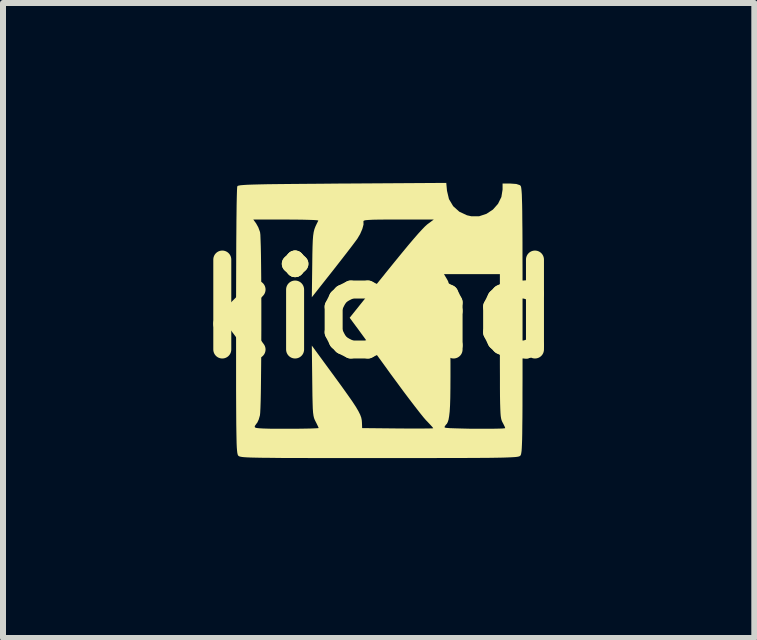
<source format=kicad_pcb>
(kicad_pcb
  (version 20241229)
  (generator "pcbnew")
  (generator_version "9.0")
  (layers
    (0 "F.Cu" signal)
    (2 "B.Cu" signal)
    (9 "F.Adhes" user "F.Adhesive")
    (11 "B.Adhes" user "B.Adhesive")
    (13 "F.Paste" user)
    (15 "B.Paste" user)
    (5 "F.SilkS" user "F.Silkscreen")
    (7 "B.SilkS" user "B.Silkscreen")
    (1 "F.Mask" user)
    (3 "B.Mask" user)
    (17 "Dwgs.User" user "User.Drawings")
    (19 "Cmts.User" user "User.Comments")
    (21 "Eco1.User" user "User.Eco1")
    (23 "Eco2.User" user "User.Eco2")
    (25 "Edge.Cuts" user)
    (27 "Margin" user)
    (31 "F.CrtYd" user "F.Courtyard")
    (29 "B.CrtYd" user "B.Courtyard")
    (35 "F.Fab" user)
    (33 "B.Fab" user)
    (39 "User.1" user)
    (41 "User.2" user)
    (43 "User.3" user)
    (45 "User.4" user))
  (footprint "kicad"
    (layer "F.Cu")
    (at 3.264 2.1)
    (property "Reference" "kicad" (at 0 0 0) (layer "F.SilkS") (effects (font (size 1.5 1.5) (thickness 0.3))))
    (attr board_only exclude_from_pos_files exclude_from_bom)
    (fp_poly (pts (xy 1.14 -1.969) (xy 1.173 -1.83) (xy 1.243 -1.712) (xy 1.345 -1.62) (xy 1.473 -1.56) (xy 1.548 -1.543) (xy 1.677 -1.544) (xy 1.798 -1.584) (xy 1.906 -1.655) (xy 1.991 -1.751) (xy 2.047 -1.865) (xy 2.067 -1.988) (xy 2.067 -2.089) (xy 2.198 -2.089) (xy 2.296 -2.082) (xy 2.354 -2.063) (xy 2.365 -2.054) (xy 2.371 -2.045) (xy 2.376 -2.028) (xy 2.38 -2.001) (xy 2.384 -1.961) (xy 2.388 -1.906) (xy 2.39 -1.832) (xy 2.393 -1.739) (xy 2.395 -1.622) (xy 2.396 -1.479) (xy 2.398 -1.309) (xy 2.399 -1.108) (xy 2.399 -0.873) (xy 2.4 -0.603) (xy 2.4 -0.294) (xy 2.4 0.056) (xy 2.4 0.198) (xy 2.4 0.561) (xy 2.4 0.883) (xy 2.4 1.165) (xy 2.399 1.41) (xy 2.399 1.622) (xy 2.398 1.802) (xy 2.396 1.953) (xy 2.395 2.078) (xy 2.393 2.18) (xy 2.39 2.26) (xy 2.387 2.323) (xy 2.384 2.369) (xy 2.379 2.402) (xy 2.375 2.425) (xy 2.369 2.439) (xy 2.363 2.449) (xy 2.359 2.452) (xy 2.35 2.458) (xy 2.335 2.463) (xy 2.311 2.468) (xy 2.275 2.472) (xy 2.226 2.475) (xy 2.161 2.478) (xy 2.077 2.481) (xy 1.971 2.483) (xy 1.842 2.485) (xy 1.686 2.486) (xy 1.501 2.487) (xy 1.285 2.488) (xy 1.034 2.488) (xy 0.747 2.489) (xy 0.421 2.489) (xy 0.054 2.489) (xy 0.007 2.489) (xy -0.364 2.489) (xy -0.693 2.489) (xy -0.984 2.489) (xy -1.237 2.488) (xy -1.456 2.488) (xy -1.643 2.487) (xy -1.801 2.485) (xy -1.933 2.484) (xy -2.041 2.482) (xy -2.127 2.48) (xy -2.194 2.477) (xy -2.245 2.474) (xy -2.281 2.47) (xy -2.307 2.465) (xy -2.324 2.46) (xy -2.335 2.454) (xy -2.341 2.448) (xy -2.347 2.439) (xy -2.352 2.423) (xy -2.357 2.399) (xy -2.361 2.363) (xy -2.365 2.313) (xy -2.368 2.247) (xy -2.37 2.161) (xy -2.372 2.054) (xy -2.374 1.922) (xy -2.375 1.763) (xy -2.376 1.575) (xy -2.377 1.355) (xy -2.377 1.1) (xy -2.377 0.807) (xy -2.377 0.475) (xy -2.377 0.198) (xy -2.377 -0.168) (xy -2.376 -0.507) (xy -2.375 -0.817) (xy -2.374 -1.097) (xy -2.372 -1.344) (xy -2.371 -1.489) (xy -2.09 -1.489) (xy -2.044 -1.426) (xy -2.007 -1.36) (xy -1.979 -1.284) (xy -1.977 -1.276) (xy -1.972 -1.234) (xy -1.969 -1.153) (xy -1.965 -1.037) (xy -1.962 -0.89) (xy -1.96 -0.718) (xy -1.958 -0.524) (xy -1.957 -0.314) (xy -1.956 -0.093) (xy -1.956 0.136) (xy -1.956 0.367) (xy -1.957 0.595) (xy -1.958 0.817) (xy -1.96 1.026) (xy -1.962 1.22) (xy -1.964 1.392) (xy -1.967 1.538) (xy -1.971 1.654) (xy -1.975 1.735) (xy -1.979 1.775) (xy -1.999 1.845) (xy -2.023 1.897) (xy -2.035 1.912) (xy -2.062 1.95) (xy -2.067 1.969) (xy -2.06 1.979) (xy -2.036 1.987) (xy -1.99 1.992) (xy -1.918 1.996) (xy -1.814 1.999) (xy -1.675 2) (xy -1.533 2) (xy -1.385 2) (xy -1.252 1.998) (xy -1.141 1.996) (xy -1.059 1.993) (xy -1.01 1.99) (xy -1 1.988) (xy -1.01 1.963) (xy -1.034 1.913) (xy -1.05 1.882) (xy -1.065 1.852) (xy -1.077 1.821) (xy -1.086 1.783) (xy -1.093 1.732) (xy -1.098 1.662) (xy -1.101 1.568) (xy -1.104 1.444) (xy -1.106 1.284) (xy -1.107 1.201) (xy -1.114 0.613) (xy -0.739 1.125) (xy -0.615 1.295) (xy -0.516 1.434) (xy -0.438 1.545) (xy -0.379 1.635) (xy -0.337 1.707) (xy -0.308 1.765) (xy -0.29 1.814) (xy -0.281 1.859) (xy -0.278 1.9) (xy -0.275 1.989) (xy 0.318 1.995) (xy 0.475 1.996) (xy 0.616 1.996) (xy 0.737 1.996) (xy 0.83 1.995) (xy 0.89 1.994) (xy 0.911 1.991) (xy 0.911 1.991) (xy 0.897 1.972) (xy 0.859 1.93) (xy 0.804 1.872) (xy 0.792 1.86) (xy 0.751 1.813) (xy 0.689 1.736) (xy 0.608 1.632) (xy 0.513 1.508) (xy 0.407 1.367) (xy 0.296 1.216) (xy 0.2 1.086) (xy 0.087 0.929) (xy -0.023 0.778) (xy -0.125 0.637) (xy -0.216 0.512) (xy -0.292 0.408) (xy -0.348 0.331) (xy -0.378 0.291) (xy -0.483 0.149) (xy -0.071 -0.365) (xy 0.101 -0.578) (xy 1.09 -0.578) (xy 1.14 -0.494) (xy 1.151 -0.474) (xy 1.161 -0.453) (xy 1.168 -0.427) (xy 1.175 -0.391) (xy 1.18 -0.343) (xy 1.184 -0.277) (xy 1.187 -0.19) (xy 1.189 -0.077) (xy 1.191 0.065) (xy 1.193 0.24) (xy 1.195 0.452) (xy 1.196 0.633) (xy 1.198 0.904) (xy 1.198 1.133) (xy 1.197 1.325) (xy 1.195 1.483) (xy 1.191 1.611) (xy 1.185 1.712) (xy 1.176 1.789) (xy 1.166 1.847) (xy 1.153 1.888) (xy 1.138 1.917) (xy 1.121 1.934) (xy 1.1 1.965) (xy 1.102 1.98) (xy 1.125 1.985) (xy 1.186 1.99) (xy 1.274 1.993) (xy 1.384 1.996) (xy 1.508 1.999) (xy 1.637 2) (xy 1.764 2) (xy 1.882 2) (xy 1.983 1.998) (xy 2.059 1.996) (xy 2.103 1.992) (xy 2.111 1.989) (xy 2.102 1.964) (xy 2.078 1.915) (xy 2.067 1.895) (xy 2.057 1.875) (xy 2.049 1.853) (xy 2.042 1.825) (xy 2.036 1.787) (xy 2.032 1.736) (xy 2.029 1.667) (xy 2.026 1.577) (xy 2.024 1.462) (xy 2.023 1.319) (xy 2.023 1.143) (xy 2.022 0.931) (xy 2.022 0.679) (xy 2.022 0.617) (xy 2.022 -0.578) (xy 1.556 -0.578) (xy 1.09 -0.578) (xy 0.101 -0.578) (xy 0.107 -0.586) (xy 0.26 -0.775) (xy 0.39 -0.934) (xy 0.499 -1.066) (xy 0.59 -1.173) (xy 0.664 -1.258) (xy 0.725 -1.324) (xy 0.773 -1.374) (xy 0.812 -1.409) (xy 0.831 -1.423) (xy 0.92 -1.489) (xy 0.327 -1.489) (xy 0.148 -1.489) (xy 0.008 -1.488) (xy -0.096 -1.486) (xy -0.17 -1.482) (xy -0.218 -1.478) (xy -0.244 -1.471) (xy -0.253 -1.463) (xy -0.253 -1.456) (xy -0.252 -1.406) (xy -0.272 -1.331) (xy -0.309 -1.246) (xy -0.356 -1.167) (xy -0.387 -1.125) (xy -0.44 -1.054) (xy -0.512 -0.96) (xy -0.598 -0.849) (xy -0.693 -0.727) (xy -0.765 -0.635) (xy -1.114 -0.193) (xy -1.107 -0.735) (xy -1.105 -0.906) (xy -1.102 -1.038) (xy -1.098 -1.14) (xy -1.092 -1.218) (xy -1.083 -1.279) (xy -1.07 -1.33) (xy -1.052 -1.377) (xy -1.028 -1.427) (xy -1.005 -1.472) (xy -1.024 -1.477) (xy -1.081 -1.481) (xy -1.171 -1.484) (xy -1.288 -1.487) (xy -1.426 -1.488) (xy -1.543 -1.489) (xy -2.09 -1.489) (xy -2.371 -1.489) (xy -2.37 -1.557) (xy -2.368 -1.733) (xy -2.365 -1.872) (xy -2.362 -1.972) (xy -2.359 -2.029) (xy -2.356 -2.044) (xy -2.348 -2.051) (xy -2.329 -2.056) (xy -2.298 -2.061) (xy -2.251 -2.065) (xy -2.185 -2.069) (xy -2.098 -2.072) (xy -1.987 -2.075) (xy -1.849 -2.078) (xy -1.68 -2.08) (xy -1.479 -2.082) (xy -1.243 -2.084) (xy -0.968 -2.086) (xy -0.652 -2.089) (xy -0.603 -2.089) (xy 1.128 -2.1)) (stroke (width 0) (type solid)) (fill yes) (layer "F.SilkS")))
  (gr_rect
    (start -3 -3)
    (end 9.529 7.589)
    (stroke (width 0.1) (type default))
    (fill no)
    (layer "Edge.Cuts")))
</source>
